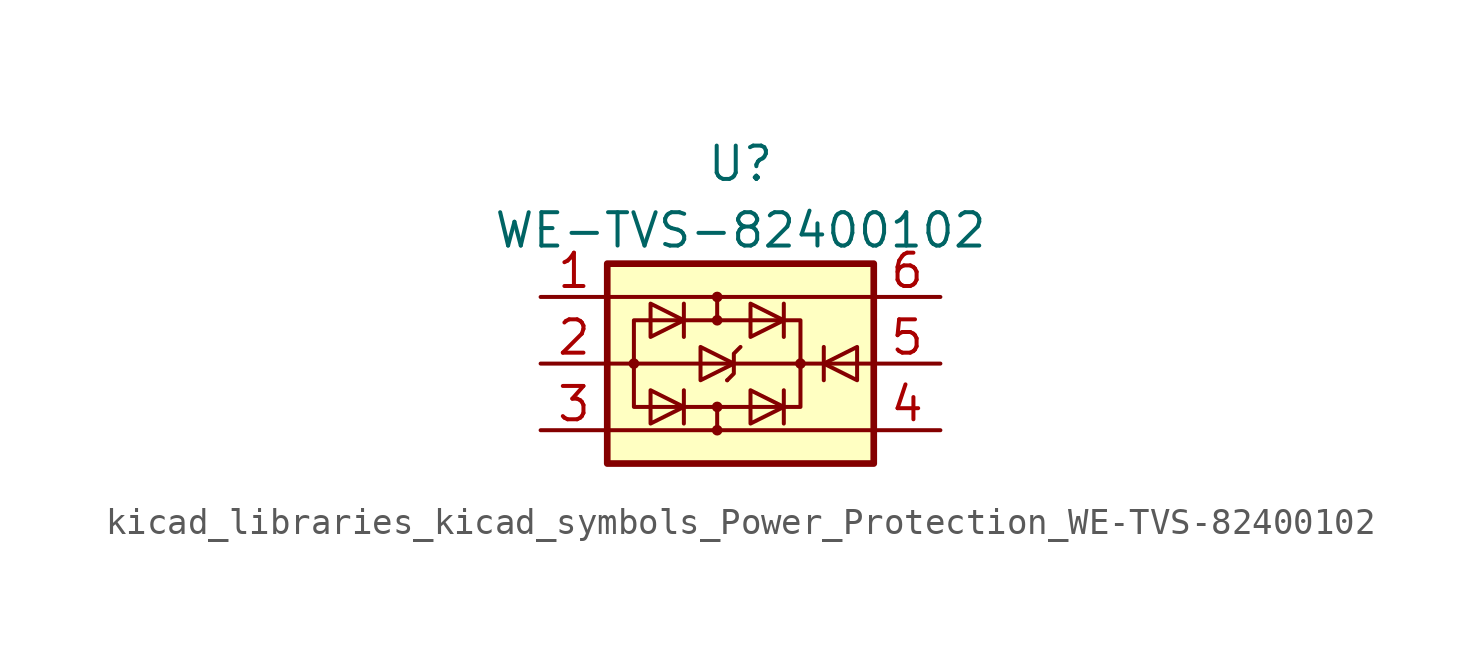
<source format=kicad_sym>
(kicad_symbol_lib
  (version 20220914)
  (generator kicad_symbol_editor)
  (symbol "kicad_libraries_kicad_symbols_Power_Protection_WE-TVS-82400102"
    (property "Reference" "U"
      (at 0 7.62 0)
      (effects (font (size 1.27 1.27))))
    (property "Value" "WE-TVS-82400102"
      (at 0 5.08 0)
      (effects (font (size 1.27 1.27))))
    (symbol "kicad_libraries_kicad_symbols_Power_Protection_WE-TVS-82400102_0_1"
      (circle (center -4.064 0) (radius 0.127) (stroke (width 0) (type default)) (fill (type none)))
      (rectangle (start -4.064 1.651) (end 2.286 -1.651) (stroke (width 0) (type default)) (fill (type none)))
      (circle (center -0.889 -2.54) (radius 0.127) (stroke (width 0) (type default)) (fill (type none)))
      (circle (center -0.889 -1.651) (radius 0.127) (stroke (width 0) (type default)) (fill (type none)))
      (circle (center -0.889 1.651) (radius 0.127) (stroke (width 0) (type default)) (fill (type none)))
      (circle (center -0.889 2.54) (radius 0.127) (stroke (width 0) (type default)) (fill (type none)))
      (polyline (pts (xy -5.08 -2.54) (xy 5.08 -2.54)) (stroke (width 0) (type default)) (fill (type none)))
      (polyline (pts (xy -5.08 2.54) (xy 5.08 2.54)) (stroke (width 0) (type default)) (fill (type none)))
      (polyline (pts (xy -4.064 0) (xy -5.08 0)) (stroke (width 0) (type default)) (fill (type none)))
      (polyline (pts (xy -4.064 0) (xy 2.286 0)) (stroke (width 0) (type default)) (fill (type outline)))
      (polyline (pts (xy -2.159 -1.016) (xy -2.159 -2.286)) (stroke (width 0) (type default)) (fill (type none)))
      (polyline (pts (xy -2.159 2.286) (xy -2.159 1.016)) (stroke (width 0) (type default)) (fill (type none)))
      (polyline (pts (xy -0.889 -1.651) (xy -0.889 -2.413)) (stroke (width 0) (type default)) (fill (type none)))
      (polyline (pts (xy -0.889 1.651) (xy -0.889 2.54)) (stroke (width 0) (type default)) (fill (type none)))
      (polyline (pts (xy -0.508 -0.635) (xy -0.508 -0.635)) (stroke (width 0) (type default)) (fill (type none)))
      (polyline (pts (xy 1.651 -1.016) (xy 1.651 -2.286)) (stroke (width 0) (type default)) (fill (type none)))
      (polyline (pts (xy 1.651 2.286) (xy 1.651 1.016)) (stroke (width 0) (type default)) (fill (type none)))
      (polyline (pts (xy 2.286 0) (xy 5.08 0)) (stroke (width 0) (type default)) (fill (type none)))
      (polyline (pts (xy -3.429 -1.016) (xy -3.429 -2.286) (xy -2.159 -1.651) (xy -3.429 -1.016)) (stroke (width 0) (type default)) (fill (type none)))
      (polyline (pts (xy -3.429 1.016) (xy -3.429 2.286) (xy -2.159 1.651) (xy -3.429 1.016)) (stroke (width 0) (type default)) (fill (type none)))
      (polyline (pts (xy 0 0.635) (xy -0.254 0.381) (xy -0.254 -0.381) (xy -0.508 -0.635)) (stroke (width 0) (type default)) (fill (type none)))
      (polyline (pts (xy 0.381 -1.016) (xy 0.381 -2.286) (xy 1.651 -1.651) (xy 0.381 -1.016)) (stroke (width 0) (type default)) (fill (type none)))
      (polyline (pts (xy 0.381 1.016) (xy 0.381 2.286) (xy 1.651 1.651) (xy 0.381 1.016)) (stroke (width 0) (type default)) (fill (type none)))
      (circle (center 2.286 0) (radius 0.127) (stroke (width 0) (type default)) (fill (type none))))
    (symbol "kicad_libraries_kicad_symbols_Power_Protection_WE-TVS-82400102_1_1"
      (rectangle (start -5.08 3.81) (end 5.08 -3.81) (stroke (width 0.254) (type default)) (fill (type background)))
      (polyline (pts (xy 3.175 0.635) (xy 3.175 -0.635)) (stroke (width 0) (type default)) (fill (type none)))
      (polyline (pts (xy -1.524 0.635) (xy -1.524 -0.635) (xy -0.254 0) (xy -1.524 0.635)) (stroke (width 0) (type default)) (fill (type none)))
      (polyline (pts (xy 4.445 0.635) (xy 4.445 -0.635) (xy 3.175 0) (xy 4.445 0.635)) (stroke (width 0) (type default)) (fill (type none)))
      (pin passive line (at -7.62 2.54 0) (length 2.54) (name "~" (effects (font (size 1.27 1.27)))) (number "1" (effects (font (size 1.27 1.27)))))
      (pin passive line (at -7.62 0 0) (length 2.54) (name "~" (effects (font (size 1.27 1.27)))) (number "2" (effects (font (size 1.27 1.27)))))
      (pin passive line (at -7.62 -2.54 0) (length 2.54) (name "~" (effects (font (size 1.27 1.27)))) (number "3" (effects (font (size 1.27 1.27)))))
      (pin passive line (at 7.62 -2.54 180) (length 2.54) (name "~" (effects (font (size 1.27 1.27)))) (number "4" (effects (font (size 1.27 1.27)))))
      (pin passive line (at 7.62 0 180) (length 2.54) (name "~" (effects (font (size 1.27 1.27)))) (number "5" (effects (font (size 1.27 1.27)))))
      (pin passive line (at 7.62 2.54 180) (length 2.54) (name "~" (effects (font (size 1.27 1.27)))) (number "6" (effects (font (size 1.27 1.27))))))))
</source>
